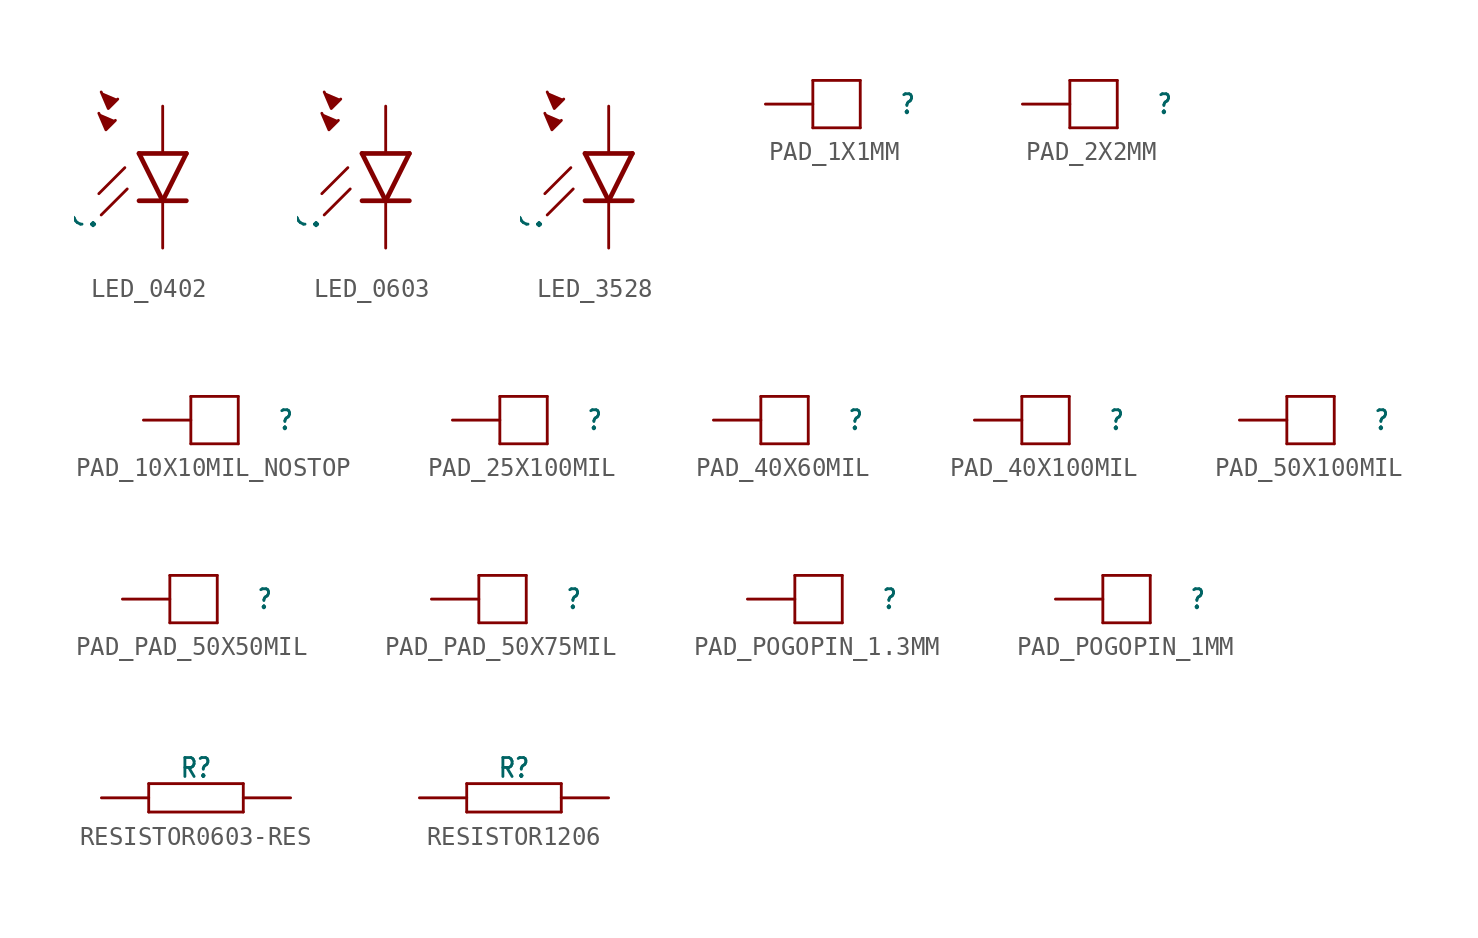
<source format=kicad_sym>
(kicad_symbol_lib
  (version 20241209)
  (generator "kicad_symbol_editor")
  (generator_version "9.0")
  (symbol "LED_0402"
    (property "Reference" ""
      (at -3.429 -4.572 90)
      (effects (font (size 1.778 1.778)) (justify left bottom)))
    (property "Value" ""
      (at 1.905 -4.572 90)
      (effects (font (size 1.778 1.778)) (justify left top)))
    (property "ki_locked" ""
      (at 0 0 0)
      (effects (font (size 1.27 1.27))))
    (symbol "LED_0402_1_0"
      (polyline (pts (xy -3.429 2.159) (xy -3.048 1.27) (xy -2.54 1.778)) (stroke (width 0.152) (type solid)) (fill (type outline)))
      (polyline (pts (xy -3.302 3.302) (xy -2.921 2.413) (xy -2.413 2.921)) (stroke (width 0.152) (type solid)) (fill (type outline)))
      (polyline (pts (xy -2.032 -0.762) (xy -3.429 -2.159)) (stroke (width 0.152) (type solid)) (fill (type none)))
      (polyline (pts (xy -1.905 -1.905) (xy -3.302 -3.302)) (stroke (width 0.152) (type solid)) (fill (type none)))
      (polyline (pts (xy 0 -2.54) (xy -1.27 0)) (stroke (width 0.254) (type solid)) (fill (type none)))
      (polyline (pts (xy 0 -2.54) (xy -1.27 -2.54)) (stroke (width 0.254) (type solid)) (fill (type none)))
      (polyline (pts (xy 1.27 0) (xy -1.27 0)) (stroke (width 0.254) (type solid)) (fill (type none)))
      (polyline (pts (xy 1.27 0) (xy 0 -2.54)) (stroke (width 0.254) (type solid)) (fill (type none)))
      (polyline (pts (xy 1.27 -2.54) (xy 0 -2.54)) (stroke (width 0.254) (type solid)) (fill (type none)))
      (pin passive line (at 0 2.54 270) (length 2.54) (name "A" (effects (font (size 0 0)))) (number "A" (effects (font (size 0 0)))))
      (pin passive line (at 0 -5.08 90) (length 2.54) (name "C" (effects (font (size 0 0)))) (number "C" (effects (font (size 0 0)))))))
  (symbol "LED_0603"
    (property "Reference" ""
      (at -3.429 -4.572 90)
      (effects (font (size 1.778 1.778)) (justify left bottom)))
    (property "Value" ""
      (at 1.905 -4.572 90)
      (effects (font (size 1.778 1.778)) (justify left top)))
    (property "ki_locked" ""
      (at 0 0 0)
      (effects (font (size 1.27 1.27))))
    (symbol "LED_0603_1_0"
      (polyline (pts (xy -3.429 2.159) (xy -3.048 1.27) (xy -2.54 1.778)) (stroke (width 0.152) (type solid)) (fill (type outline)))
      (polyline (pts (xy -3.302 3.302) (xy -2.921 2.413) (xy -2.413 2.921)) (stroke (width 0.152) (type solid)) (fill (type outline)))
      (polyline (pts (xy -2.032 -0.762) (xy -3.429 -2.159)) (stroke (width 0.152) (type solid)) (fill (type none)))
      (polyline (pts (xy -1.905 -1.905) (xy -3.302 -3.302)) (stroke (width 0.152) (type solid)) (fill (type none)))
      (polyline (pts (xy 0 -2.54) (xy -1.27 0)) (stroke (width 0.254) (type solid)) (fill (type none)))
      (polyline (pts (xy 0 -2.54) (xy -1.27 -2.54)) (stroke (width 0.254) (type solid)) (fill (type none)))
      (polyline (pts (xy 1.27 0) (xy -1.27 0)) (stroke (width 0.254) (type solid)) (fill (type none)))
      (polyline (pts (xy 1.27 0) (xy 0 -2.54)) (stroke (width 0.254) (type solid)) (fill (type none)))
      (polyline (pts (xy 1.27 -2.54) (xy 0 -2.54)) (stroke (width 0.254) (type solid)) (fill (type none)))
      (pin passive line (at 0 2.54 270) (length 2.54) (name "A" (effects (font (size 0 0)))) (number "A" (effects (font (size 0 0)))))
      (pin passive line (at 0 -5.08 90) (length 2.54) (name "C" (effects (font (size 0 0)))) (number "C" (effects (font (size 0 0)))))))
  (symbol "LED_3528"
    (property "Reference" ""
      (at -3.429 -4.572 90)
      (effects (font (size 1.778 1.778)) (justify left bottom)))
    (property "Value" ""
      (at 1.905 -4.572 90)
      (effects (font (size 1.778 1.778)) (justify left top)))
    (property "ki_locked" ""
      (at 0 0 0)
      (effects (font (size 1.27 1.27))))
    (symbol "LED_3528_1_0"
      (polyline (pts (xy -3.429 2.159) (xy -3.048 1.27) (xy -2.54 1.778)) (stroke (width 0.152) (type solid)) (fill (type outline)))
      (polyline (pts (xy -3.302 3.302) (xy -2.921 2.413) (xy -2.413 2.921)) (stroke (width 0.152) (type solid)) (fill (type outline)))
      (polyline (pts (xy -2.032 -0.762) (xy -3.429 -2.159)) (stroke (width 0.152) (type solid)) (fill (type none)))
      (polyline (pts (xy -1.905 -1.905) (xy -3.302 -3.302)) (stroke (width 0.152) (type solid)) (fill (type none)))
      (polyline (pts (xy 0 -2.54) (xy -1.27 0)) (stroke (width 0.254) (type solid)) (fill (type none)))
      (polyline (pts (xy 0 -2.54) (xy -1.27 -2.54)) (stroke (width 0.254) (type solid)) (fill (type none)))
      (polyline (pts (xy 1.27 0) (xy -1.27 0)) (stroke (width 0.254) (type solid)) (fill (type none)))
      (polyline (pts (xy 1.27 0) (xy 0 -2.54)) (stroke (width 0.254) (type solid)) (fill (type none)))
      (polyline (pts (xy 1.27 -2.54) (xy 0 -2.54)) (stroke (width 0.254) (type solid)) (fill (type none)))
      (pin passive line (at 0 2.54 270) (length 2.54) (name "A" (effects (font (size 0 0)))) (number "A" (effects (font (size 0 0)))))
      (pin passive line (at 0 -5.08 90) (length 2.54) (name "C" (effects (font (size 0 0)))) (number "C" (effects (font (size 0 0)))))))
  (symbol "PAD_1X1MM"
    (property "Reference" ""
      (at 5.08 0 0)
      (effects (font (size 1.016 0.864))))
    (property "ki_locked" ""
      (at 0 0 0)
      (effects (font (size 1.27 1.27))))
    (symbol "PAD_1X1MM_1_0"
      (polyline (pts (xy 0 1.27) (xy 0 -1.27)) (stroke (width 0.152) (type solid)) (fill (type none)))
      (polyline (pts (xy 0 -1.27) (xy 2.54 -1.27)) (stroke (width 0.152) (type solid)) (fill (type none)))
      (polyline (pts (xy 2.54 1.27) (xy 0 1.27)) (stroke (width 0.152) (type solid)) (fill (type none)))
      (polyline (pts (xy 2.54 -1.27) (xy 2.54 1.27)) (stroke (width 0.152) (type solid)) (fill (type none)))
      (pin bidirectional line (at -2.54 0 0) (length 2.54) (name "P$1" (effects (font (size 0 0)))) (number "P$1" (effects (font (size 0 0)))))))
  (symbol "PAD_2X2MM"
    (property "Reference" ""
      (at 5.08 0 0)
      (effects (font (size 1.016 0.864))))
    (property "ki_locked" ""
      (at 0 0 0)
      (effects (font (size 1.27 1.27))))
    (symbol "PAD_2X2MM_1_0"
      (polyline (pts (xy 0 1.27) (xy 0 -1.27)) (stroke (width 0.152) (type solid)) (fill (type none)))
      (polyline (pts (xy 0 -1.27) (xy 2.54 -1.27)) (stroke (width 0.152) (type solid)) (fill (type none)))
      (polyline (pts (xy 2.54 1.27) (xy 0 1.27)) (stroke (width 0.152) (type solid)) (fill (type none)))
      (polyline (pts (xy 2.54 -1.27) (xy 2.54 1.27)) (stroke (width 0.152) (type solid)) (fill (type none)))
      (pin bidirectional line (at -2.54 0 0) (length 2.54) (name "P$1" (effects (font (size 0 0)))) (number "P$1" (effects (font (size 0 0)))))))
  (symbol "PAD_10X10MIL_NOSTOP"
    (property "Reference" ""
      (at 5.08 0 0)
      (effects (font (size 1.016 0.864))))
    (property "ki_locked" ""
      (at 0 0 0)
      (effects (font (size 1.27 1.27))))
    (symbol "PAD_10X10MIL_NOSTOP_1_0"
      (polyline (pts (xy 0 1.27) (xy 0 -1.27)) (stroke (width 0.152) (type solid)) (fill (type none)))
      (polyline (pts (xy 0 -1.27) (xy 2.54 -1.27)) (stroke (width 0.152) (type solid)) (fill (type none)))
      (polyline (pts (xy 2.54 1.27) (xy 0 1.27)) (stroke (width 0.152) (type solid)) (fill (type none)))
      (polyline (pts (xy 2.54 -1.27) (xy 2.54 1.27)) (stroke (width 0.152) (type solid)) (fill (type none)))
      (pin bidirectional line (at -2.54 0 0) (length 2.54) (name "P$1" (effects (font (size 0 0)))) (number "P$1" (effects (font (size 0 0)))))))
  (symbol "PAD_25X100MIL"
    (property "Reference" ""
      (at 5.08 0 0)
      (effects (font (size 1.016 0.864))))
    (property "ki_locked" ""
      (at 0 0 0)
      (effects (font (size 1.27 1.27))))
    (symbol "PAD_25X100MIL_1_0"
      (polyline (pts (xy 0 1.27) (xy 0 -1.27)) (stroke (width 0.152) (type solid)) (fill (type none)))
      (polyline (pts (xy 0 -1.27) (xy 2.54 -1.27)) (stroke (width 0.152) (type solid)) (fill (type none)))
      (polyline (pts (xy 2.54 1.27) (xy 0 1.27)) (stroke (width 0.152) (type solid)) (fill (type none)))
      (polyline (pts (xy 2.54 -1.27) (xy 2.54 1.27)) (stroke (width 0.152) (type solid)) (fill (type none)))
      (pin bidirectional line (at -2.54 0 0) (length 2.54) (name "P$1" (effects (font (size 0 0)))) (number "P$1" (effects (font (size 0 0)))))))
  (symbol "PAD_40X60MIL"
    (property "Reference" ""
      (at 5.08 0 0)
      (effects (font (size 1.016 0.864))))
    (property "ki_locked" ""
      (at 0 0 0)
      (effects (font (size 1.27 1.27))))
    (symbol "PAD_40X60MIL_1_0"
      (polyline (pts (xy 0 1.27) (xy 0 -1.27)) (stroke (width 0.152) (type solid)) (fill (type none)))
      (polyline (pts (xy 0 -1.27) (xy 2.54 -1.27)) (stroke (width 0.152) (type solid)) (fill (type none)))
      (polyline (pts (xy 2.54 1.27) (xy 0 1.27)) (stroke (width 0.152) (type solid)) (fill (type none)))
      (polyline (pts (xy 2.54 -1.27) (xy 2.54 1.27)) (stroke (width 0.152) (type solid)) (fill (type none)))
      (pin bidirectional line (at -2.54 0 0) (length 2.54) (name "P$1" (effects (font (size 0 0)))) (number "P$1" (effects (font (size 0 0)))))))
  (symbol "PAD_40X100MIL"
    (property "Reference" ""
      (at 5.08 0 0)
      (effects (font (size 1.016 0.864))))
    (property "ki_locked" ""
      (at 0 0 0)
      (effects (font (size 1.27 1.27))))
    (symbol "PAD_40X100MIL_1_0"
      (polyline (pts (xy 0 1.27) (xy 0 -1.27)) (stroke (width 0.152) (type solid)) (fill (type none)))
      (polyline (pts (xy 0 -1.27) (xy 2.54 -1.27)) (stroke (width 0.152) (type solid)) (fill (type none)))
      (polyline (pts (xy 2.54 1.27) (xy 0 1.27)) (stroke (width 0.152) (type solid)) (fill (type none)))
      (polyline (pts (xy 2.54 -1.27) (xy 2.54 1.27)) (stroke (width 0.152) (type solid)) (fill (type none)))
      (pin bidirectional line (at -2.54 0 0) (length 2.54) (name "P$1" (effects (font (size 0 0)))) (number "P$1" (effects (font (size 0 0)))))))
  (symbol "PAD_50X100MIL"
    (property "Reference" ""
      (at 5.08 0 0)
      (effects (font (size 1.016 0.864))))
    (property "ki_locked" ""
      (at 0 0 0)
      (effects (font (size 1.27 1.27))))
    (symbol "PAD_50X100MIL_1_0"
      (polyline (pts (xy 0 1.27) (xy 0 -1.27)) (stroke (width 0.152) (type solid)) (fill (type none)))
      (polyline (pts (xy 0 -1.27) (xy 2.54 -1.27)) (stroke (width 0.152) (type solid)) (fill (type none)))
      (polyline (pts (xy 2.54 1.27) (xy 0 1.27)) (stroke (width 0.152) (type solid)) (fill (type none)))
      (polyline (pts (xy 2.54 -1.27) (xy 2.54 1.27)) (stroke (width 0.152) (type solid)) (fill (type none)))
      (pin bidirectional line (at -2.54 0 0) (length 2.54) (name "P$1" (effects (font (size 0 0)))) (number "P$1" (effects (font (size 0 0)))))))
  (symbol "PAD_PAD_50X50MIL"
    (property "Reference" ""
      (at 5.08 0 0)
      (effects (font (size 1.016 0.864))))
    (property "ki_locked" ""
      (at 0 0 0)
      (effects (font (size 1.27 1.27))))
    (symbol "PAD_PAD_50X50MIL_1_0"
      (polyline (pts (xy 0 1.27) (xy 0 -1.27)) (stroke (width 0.152) (type solid)) (fill (type none)))
      (polyline (pts (xy 0 -1.27) (xy 2.54 -1.27)) (stroke (width 0.152) (type solid)) (fill (type none)))
      (polyline (pts (xy 2.54 1.27) (xy 0 1.27)) (stroke (width 0.152) (type solid)) (fill (type none)))
      (polyline (pts (xy 2.54 -1.27) (xy 2.54 1.27)) (stroke (width 0.152) (type solid)) (fill (type none)))
      (pin bidirectional line (at -2.54 0 0) (length 2.54) (name "P$1" (effects (font (size 0 0)))) (number "P$1" (effects (font (size 0 0)))))))
  (symbol "PAD_PAD_50X75MIL"
    (property "Reference" ""
      (at 5.08 0 0)
      (effects (font (size 1.016 0.864))))
    (property "ki_locked" ""
      (at 0 0 0)
      (effects (font (size 1.27 1.27))))
    (symbol "PAD_PAD_50X75MIL_1_0"
      (polyline (pts (xy 0 1.27) (xy 0 -1.27)) (stroke (width 0.152) (type solid)) (fill (type none)))
      (polyline (pts (xy 0 -1.27) (xy 2.54 -1.27)) (stroke (width 0.152) (type solid)) (fill (type none)))
      (polyline (pts (xy 2.54 1.27) (xy 0 1.27)) (stroke (width 0.152) (type solid)) (fill (type none)))
      (polyline (pts (xy 2.54 -1.27) (xy 2.54 1.27)) (stroke (width 0.152) (type solid)) (fill (type none)))
      (pin bidirectional line (at -2.54 0 0) (length 2.54) (name "P$1" (effects (font (size 0 0)))) (number "P$1" (effects (font (size 0 0)))))))
  (symbol "PAD_POGOPIN_1.3MM"
    (property "Reference" ""
      (at 5.08 0 0)
      (effects (font (size 1.016 0.864))))
    (property "ki_locked" ""
      (at 0 0 0)
      (effects (font (size 1.27 1.27))))
    (symbol "PAD_POGOPIN_1.3MM_1_0"
      (polyline (pts (xy 0 1.27) (xy 0 -1.27)) (stroke (width 0.152) (type solid)) (fill (type none)))
      (polyline (pts (xy 0 -1.27) (xy 2.54 -1.27)) (stroke (width 0.152) (type solid)) (fill (type none)))
      (polyline (pts (xy 2.54 1.27) (xy 0 1.27)) (stroke (width 0.152) (type solid)) (fill (type none)))
      (polyline (pts (xy 2.54 -1.27) (xy 2.54 1.27)) (stroke (width 0.152) (type solid)) (fill (type none)))
      (pin bidirectional line (at -2.54 0 0) (length 2.54) (name "P$1" (effects (font (size 0 0)))) (number "P$1" (effects (font (size 0 0)))))))
  (symbol "PAD_POGOPIN_1MM"
    (property "Reference" ""
      (at 5.08 0 0)
      (effects (font (size 1.016 0.864))))
    (property "ki_locked" ""
      (at 0 0 0)
      (effects (font (size 1.27 1.27))))
    (symbol "PAD_POGOPIN_1MM_1_0"
      (polyline (pts (xy 0 1.27) (xy 0 -1.27)) (stroke (width 0.152) (type solid)) (fill (type none)))
      (polyline (pts (xy 0 -1.27) (xy 2.54 -1.27)) (stroke (width 0.152) (type solid)) (fill (type none)))
      (polyline (pts (xy 2.54 1.27) (xy 0 1.27)) (stroke (width 0.152) (type solid)) (fill (type none)))
      (polyline (pts (xy 2.54 -1.27) (xy 2.54 1.27)) (stroke (width 0.152) (type solid)) (fill (type none)))
      (pin bidirectional line (at -2.54 0 0) (length 2.54) (name "P$1" (effects (font (size 0 0)))) (number "P$1" (effects (font (size 0 0)))))))
  (symbol "RESISTOR0603-RES"
    (property "Reference" "R"
      (at 0 1.016 0)
      (effects (font (size 1.016 0.864)) (justify bottom)))
    (property "Value" ""
      (at 0 -0.508 0)
      (effects (font (size 0.813 0.691)) (justify bottom)))
    (property "ki_locked" ""
      (at 0 0 0)
      (effects (font (size 1.27 1.27))))
    (symbol "RESISTOR0603-RES_1_0"
      (polyline (pts (xy -2.54 0.762) (xy 2.54 0.762)) (stroke (width 0.152) (type solid)) (fill (type none)))
      (polyline (pts (xy -2.54 -0.762) (xy -2.54 0.762)) (stroke (width 0.152) (type solid)) (fill (type none)))
      (polyline (pts (xy 2.54 0.762) (xy 2.54 -0.762)) (stroke (width 0.152) (type solid)) (fill (type none)))
      (polyline (pts (xy 2.54 -0.762) (xy -2.54 -0.762)) (stroke (width 0.152) (type solid)) (fill (type none)))
      (pin passive line (at -5.08 0 0) (length 2.54) (name "1" (effects (font (size 0 0)))) (number "1" (effects (font (size 0 0)))))
      (pin passive line (at 5.08 0 180) (length 2.54) (name "2" (effects (font (size 0 0)))) (number "2" (effects (font (size 0 0)))))))
  (symbol "RESISTOR1206"
    (property "Reference" "R"
      (at 0 1.016 0)
      (effects (font (size 1.016 0.864)) (justify bottom)))
    (property "Value" ""
      (at 0 -0.508 0)
      (effects (font (size 0.813 0.691)) (justify bottom)))
    (property "ki_locked" ""
      (at 0 0 0)
      (effects (font (size 1.27 1.27))))
    (symbol "RESISTOR1206_1_0"
      (polyline (pts (xy -2.54 0.762) (xy 2.54 0.762)) (stroke (width 0.152) (type solid)) (fill (type none)))
      (polyline (pts (xy -2.54 -0.762) (xy -2.54 0.762)) (stroke (width 0.152) (type solid)) (fill (type none)))
      (polyline (pts (xy 2.54 0.762) (xy 2.54 -0.762)) (stroke (width 0.152) (type solid)) (fill (type none)))
      (polyline (pts (xy 2.54 -0.762) (xy -2.54 -0.762)) (stroke (width 0.152) (type solid)) (fill (type none)))
      (pin passive line (at -5.08 0 0) (length 2.54) (name "1" (effects (font (size 0 0)))) (number "1" (effects (font (size 0 0)))))
      (pin passive line (at 5.08 0 180) (length 2.54) (name "2" (effects (font (size 0 0)))) (number "2" (effects (font (size 0 0))))))))
</source>
